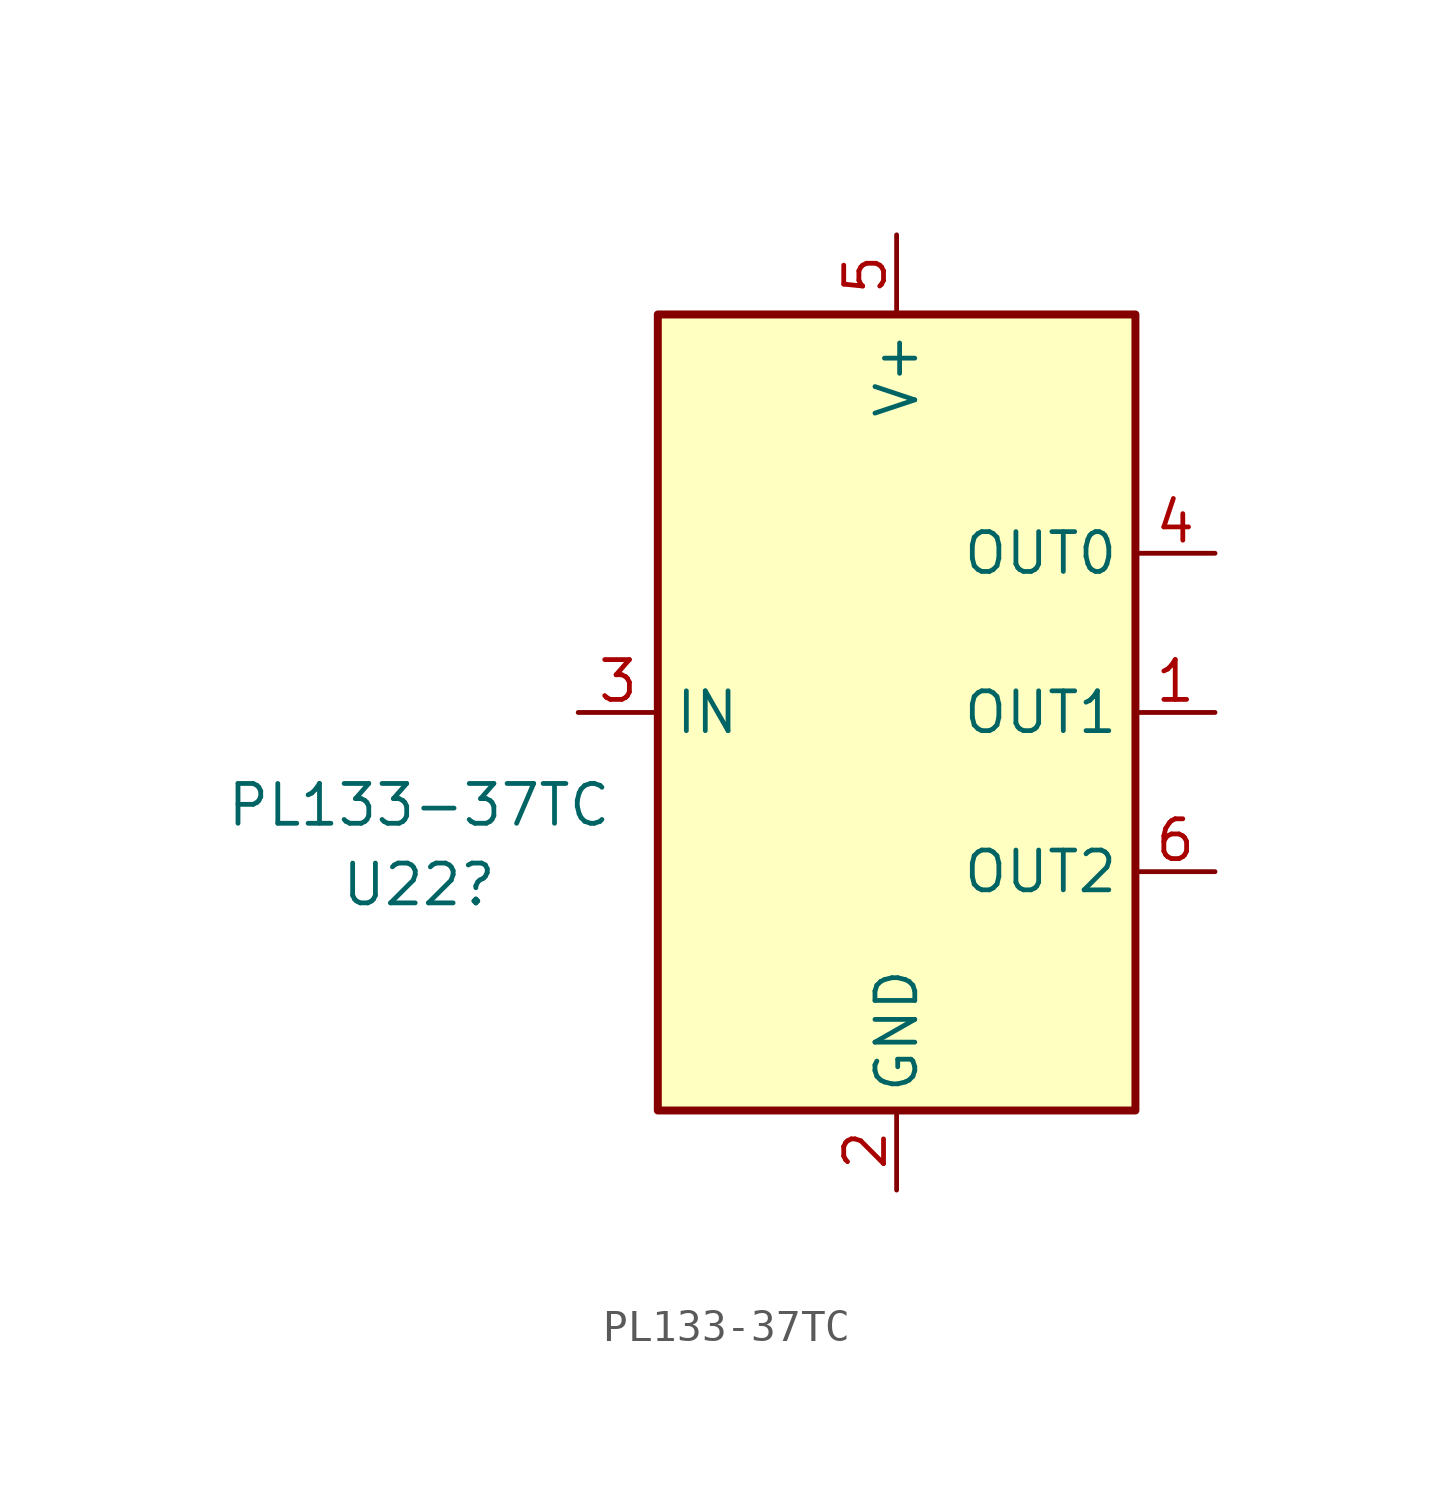
<source format=kicad_sym>
(kicad_symbol_lib
  (version 20220914)
  (generator kicad_symbol_editor)
  (symbol "PL133-37TC"
    (property "Reference" "U22"
      (at -15.24 -5.496 0)
      (effects (font (size 1.27 1.27))))
    (property "Value" "PL133-37TC"
      (at -15.24 -2.956 0)
      (effects (font (size 1.27 1.27))))
    (symbol "PL133-37TC_0_1"
      (rectangle (start -7.62 12.7) (end 7.62 -12.7) (stroke (width 0.254) (type default)) (fill (type background))))
    (symbol "PL133-37TC_1_1"
      (pin output line (at 10.16 0 180) (length 2.54) (name "OUT1" (effects (font (size 1.27 1.27)))) (number "1" (effects (font (size 1.27 1.27)))))
      (pin power_in line (at 0 -15.24 90) (length 2.54) (name "GND" (effects (font (size 1.27 1.27)))) (number "2" (effects (font (size 1.27 1.27)))))
      (pin input line (at -10.16 0 0) (length 2.54) (name "IN" (effects (font (size 1.27 1.27)))) (number "3" (effects (font (size 1.27 1.27)))))
      (pin output line (at 10.16 5.08 180) (length 2.54) (name "OUT0" (effects (font (size 1.27 1.27)))) (number "4" (effects (font (size 1.27 1.27)))))
      (pin power_in line (at 0 15.24 270) (length 2.54) (name "V+" (effects (font (size 1.27 1.27)))) (number "5" (effects (font (size 1.27 1.27)))))
      (pin output line (at 10.16 -5.08 180) (length 2.54) (name "OUT2" (effects (font (size 1.27 1.27)))) (number "6" (effects (font (size 1.27 1.27))))))))
</source>
